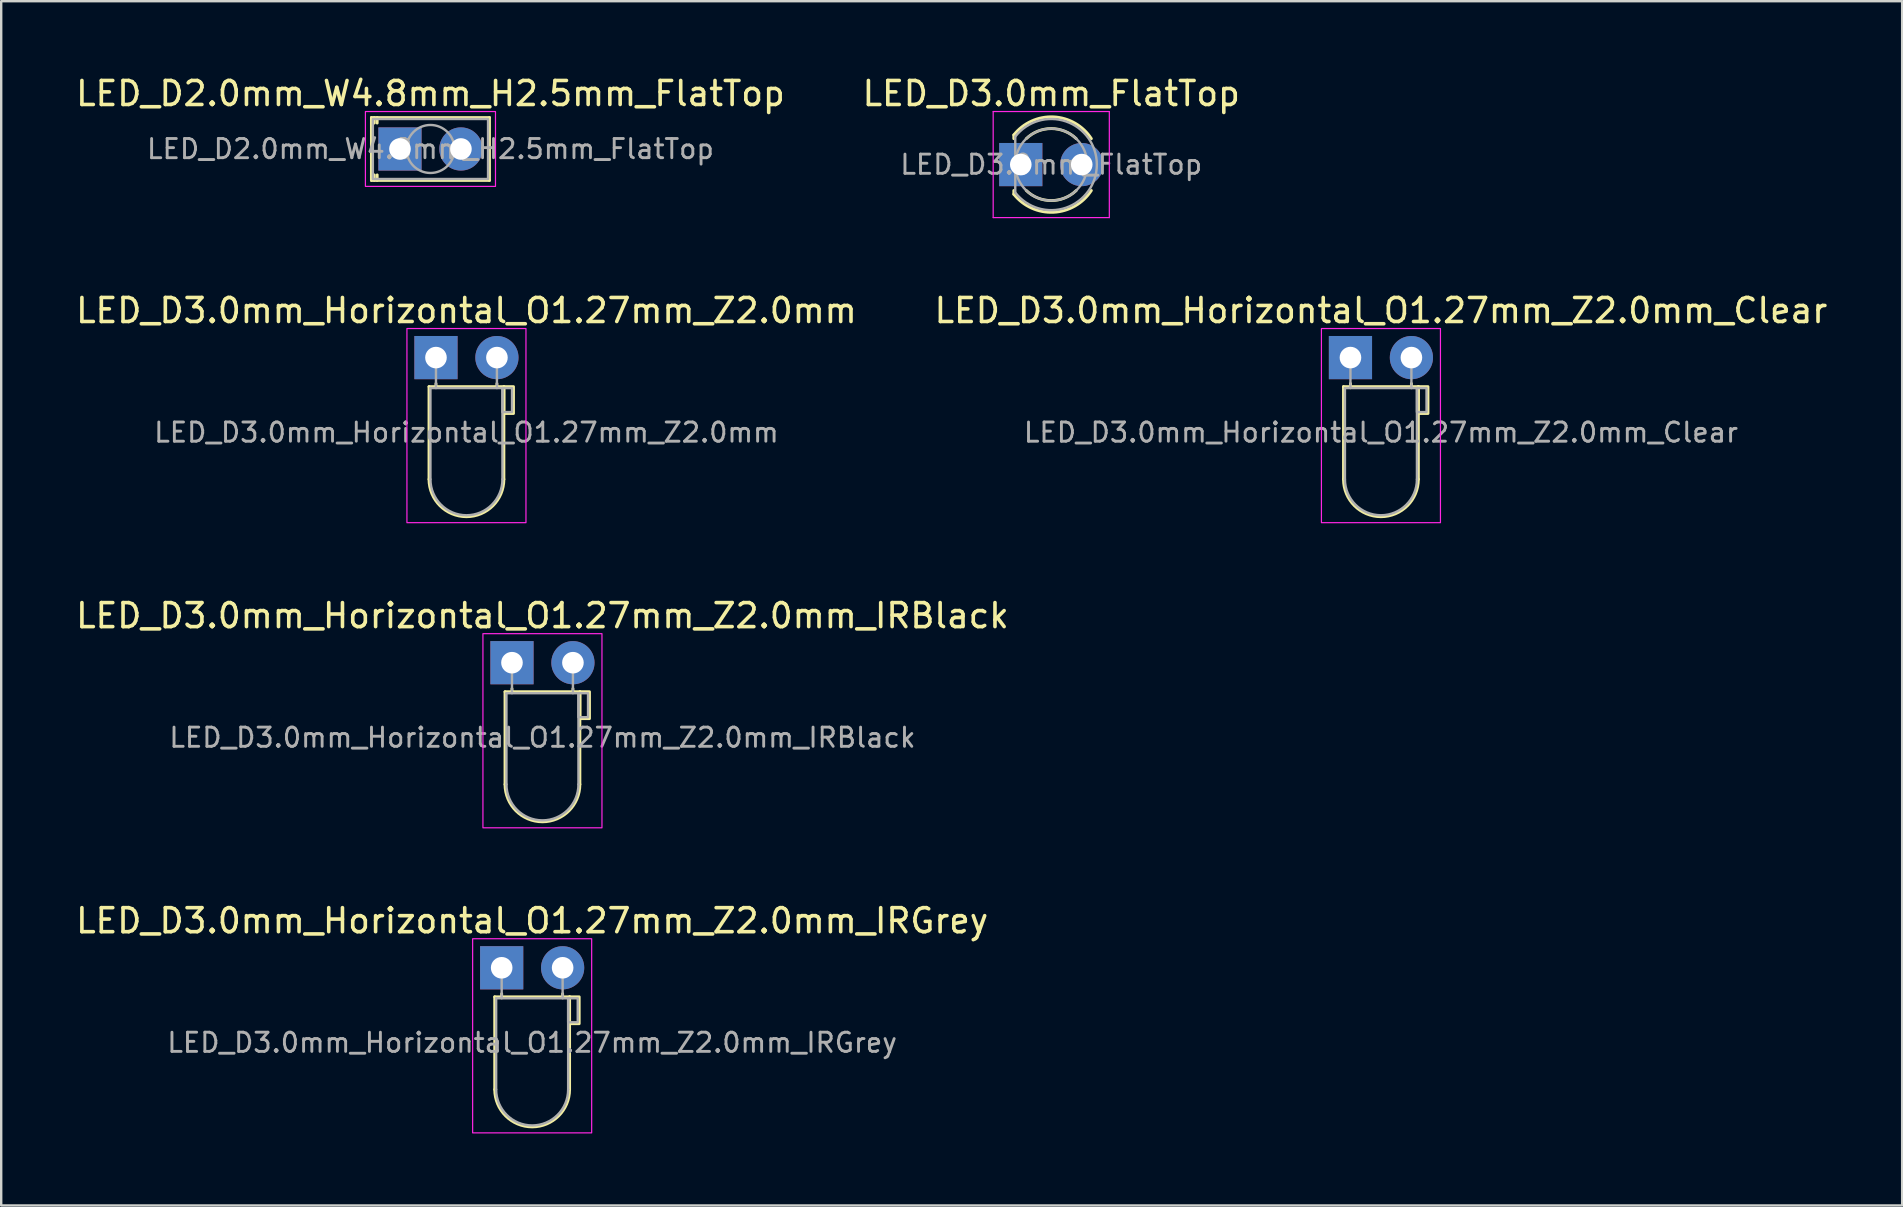
<source format=kicad_pcb>
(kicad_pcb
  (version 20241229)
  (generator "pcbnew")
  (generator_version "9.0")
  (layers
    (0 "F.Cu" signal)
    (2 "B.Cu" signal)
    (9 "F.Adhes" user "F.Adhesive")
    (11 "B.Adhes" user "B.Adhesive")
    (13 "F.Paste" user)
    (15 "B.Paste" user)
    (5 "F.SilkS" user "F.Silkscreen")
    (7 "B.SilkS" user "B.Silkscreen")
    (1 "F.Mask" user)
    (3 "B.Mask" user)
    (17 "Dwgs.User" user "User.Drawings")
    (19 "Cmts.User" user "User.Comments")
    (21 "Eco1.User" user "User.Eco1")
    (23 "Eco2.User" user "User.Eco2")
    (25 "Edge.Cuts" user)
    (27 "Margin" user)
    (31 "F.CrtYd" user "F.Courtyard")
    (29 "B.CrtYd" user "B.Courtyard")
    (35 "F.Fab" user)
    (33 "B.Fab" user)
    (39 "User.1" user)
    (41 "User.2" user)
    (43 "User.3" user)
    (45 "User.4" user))
  (footprint "LED_D2.0mm_W4.8mm_H2.5mm_FlatTop"
    (layer "F.Cu")
    (at 13.617 3.158)
    (property "Reference" "LED_D2.0mm_W4.8mm_H2.5mm_FlatTop" (at 1.27 -2.31 0) (layer "F.SilkS") (effects (font (size 1 1) (thickness 0.15))))
    (attr through_hole)
    (fp_line (start -1.19 -1.31) (end 3.73 -1.31) (stroke (width 0.12) (type solid)) (layer "F.SilkS"))
    (fp_line (start -1.19 1.31) (end -1.19 -1.31) (stroke (width 0.12) (type solid)) (layer "F.SilkS"))
    (fp_line (start -1.07 -1.31) (end -1.07 -1.08) (stroke (width 0.12) (type solid)) (layer "F.SilkS"))
    (fp_line (start -1.07 1.08) (end -1.07 1.31) (stroke (width 0.12) (type solid)) (layer "F.SilkS"))
    (fp_line (start -0.95 -1.31) (end -0.95 -1.08) (stroke (width 0.12) (type solid)) (layer "F.SilkS"))
    (fp_line (start -0.95 1.08) (end -0.95 1.31) (stroke (width 0.12) (type solid)) (layer "F.SilkS"))
    (fp_line (start 3.73 -1.31) (end 3.73 1.31) (stroke (width 0.12) (type solid)) (layer "F.SilkS"))
    (fp_line (start 3.73 1.31) (end -1.19 1.31) (stroke (width 0.12) (type solid)) (layer "F.SilkS"))
    (fp_rect (start -1.44 -1.56) (end 3.98 1.56) (stroke (width 0.05) (type solid)) (fill no) (layer "F.CrtYd"))
    (fp_rect (start -1.13 -1.25) (end 3.67 1.25) (stroke (width 0.1) (type solid)) (fill no) (layer "F.Fab"))
    (fp_circle (center 1.27 0) (end 2.27 0) (stroke (width 0.1) (type solid)) (fill no) (layer "F.Fab"))
    (fp_text user "${REFERENCE}" (at 1.27 0 0) (layer "F.Fab") (effects (font (size 0.8 0.8) (thickness 0.12))))
    (pad "1" thru_hole rect (at 0 0) (size 1.8 1.8) (drill 0.9) (layers "*.Cu" "*.Mask"))
    (pad "2" thru_hole circle (at 2.54 0) (size 1.8 1.8) (drill 0.9) (layers "*.Cu" "*.Mask")))
  (footprint "LED_D3.0mm_Horizontal_O1.27mm_Z2.0mm"
    (layer "F.Cu")
    (at 15.117 11.851)
    (property "Reference" "LED_D3.0mm_Horizontal_O1.27mm_Z2.0mm" (at 1.27 -1.96 0) (layer "F.SilkS") (effects (font (size 1 1) (thickness 0.15))))
    (attr through_hole)
    (fp_line (start -0.29 1.21) (end -0.29 5.07) (stroke (width 0.12) (type solid)) (layer "F.SilkS"))
    (fp_line (start -0.29 1.21) (end 2.83 1.21) (stroke (width 0.12) (type solid)) (layer "F.SilkS"))
    (fp_line (start 2.83 1.21) (end 2.83 5.07) (stroke (width 0.12) (type solid)) (layer "F.SilkS"))
    (fp_rect (start 0 1.08) (end 0 1.21) (stroke (width 0.12) (type solid)) (fill no) (layer "F.SilkS"))
    (fp_rect (start 2.54 1.08) (end 2.54 1.21) (stroke (width 0.12) (type solid)) (fill no) (layer "F.SilkS"))
    (fp_rect (start 2.83 1.21) (end 3.23 2.33) (stroke (width 0.12) (type solid)) (fill no) (layer "F.SilkS"))
    (fp_arc (start 2.83 5.07) (mid 1.27 6.63) (end -0.29 5.07) (stroke (width 0.12) (type solid)) (layer "F.SilkS"))
    (fp_rect (start -1.21 -1.21) (end 3.75 6.88) (stroke (width 0.05) (type solid)) (fill no) (layer "F.CrtYd"))
    (fp_line (start -0.23 1.27) (end -0.23 5.07) (stroke (width 0.1) (type solid)) (layer "F.Fab"))
    (fp_line (start -0.23 1.27) (end 2.77 1.27) (stroke (width 0.1) (type solid)) (layer "F.Fab"))
    (fp_line (start 2.77 1.27) (end 2.77 5.07) (stroke (width 0.1) (type solid)) (layer "F.Fab"))
    (fp_rect (start 0 0) (end 0 1.27) (stroke (width 0.1) (type solid)) (fill no) (layer "F.Fab"))
    (fp_rect (start 2.54 0) (end 2.54 1.27) (stroke (width 0.1) (type solid)) (fill no) (layer "F.Fab"))
    (fp_rect (start 2.77 1.27) (end 3.17 2.27) (stroke (width 0.1) (type solid)) (fill no) (layer "F.Fab"))
    (fp_arc (start 2.77 5.07) (mid 1.27 6.57) (end -0.23 5.07) (stroke (width 0.1) (type solid)) (layer "F.Fab"))
    (fp_text user "${REFERENCE}" (at 1.27 3.12 0) (layer "F.Fab") (effects (font (size 0.8 0.8) (thickness 0.12))))
    (pad "1" thru_hole rect (at 0 0) (size 1.8 1.8) (drill 0.9) (layers "*.Cu" "*.Mask"))
    (pad "2" thru_hole circle (at 2.54 0) (size 1.8 1.8) (drill 0.9) (layers "*.Cu" "*.Mask")))
  (footprint "LED_D3.0mm_Horizontal_O1.27mm_Z2.0mm_Clear"
    (layer "F.Cu")
    (at 53.224 11.851)
    (property "Reference" "LED_D3.0mm_Horizontal_O1.27mm_Z2.0mm_Clear" (at 1.27 -1.96 0) (layer "F.SilkS") (effects (font (size 1 1) (thickness 0.15))))
    (attr through_hole)
    (fp_line (start -0.29 1.21) (end -0.29 5.07) (stroke (width 0.12) (type solid)) (layer "F.SilkS"))
    (fp_line (start -0.29 1.21) (end 2.83 1.21) (stroke (width 0.12) (type solid)) (layer "F.SilkS"))
    (fp_line (start 2.83 1.21) (end 2.83 5.07) (stroke (width 0.12) (type solid)) (layer "F.SilkS"))
    (fp_rect (start 0 1.08) (end 0 1.21) (stroke (width 0.12) (type solid)) (fill no) (layer "F.SilkS"))
    (fp_rect (start 2.54 1.08) (end 2.54 1.21) (stroke (width 0.12) (type solid)) (fill no) (layer "F.SilkS"))
    (fp_rect (start 2.83 1.21) (end 3.23 2.33) (stroke (width 0.12) (type solid)) (fill no) (layer "F.SilkS"))
    (fp_arc (start 2.83 5.07) (mid 1.27 6.63) (end -0.29 5.07) (stroke (width 0.12) (type solid)) (layer "F.SilkS"))
    (fp_rect (start -1.21 -1.21) (end 3.75 6.88) (stroke (width 0.05) (type solid)) (fill no) (layer "F.CrtYd"))
    (fp_line (start -0.23 1.27) (end -0.23 5.07) (stroke (width 0.1) (type solid)) (layer "F.Fab"))
    (fp_line (start -0.23 1.27) (end 2.77 1.27) (stroke (width 0.1) (type solid)) (layer "F.Fab"))
    (fp_line (start 2.77 1.27) (end 2.77 5.07) (stroke (width 0.1) (type solid)) (layer "F.Fab"))
    (fp_rect (start 0 0) (end 0 1.27) (stroke (width 0.1) (type solid)) (fill no) (layer "F.Fab"))
    (fp_rect (start 2.54 0) (end 2.54 1.27) (stroke (width 0.1) (type solid)) (fill no) (layer "F.Fab"))
    (fp_rect (start 2.77 1.27) (end 3.17 2.27) (stroke (width 0.1) (type solid)) (fill no) (layer "F.Fab"))
    (fp_arc (start 2.77 5.07) (mid 1.27 6.57) (end -0.23 5.07) (stroke (width 0.1) (type solid)) (layer "F.Fab"))
    (fp_text user "${REFERENCE}" (at 1.27 3.12 0) (layer "F.Fab") (effects (font (size 0.8 0.8) (thickness 0.12))))
    (pad "1" thru_hole rect (at 0 0) (size 1.8 1.8) (drill 0.9) (layers "*.Cu" "*.Mask"))
    (pad "2" thru_hole circle (at 2.54 0) (size 1.8 1.8) (drill 0.9) (layers "*.Cu" "*.Mask")))
  (footprint "LED_D3.0mm_Horizontal_O1.27mm_Z2.0mm_IRGrey"
    (layer "F.Cu")
    (at 17.855 37.278)
    (property "Reference" "LED_D3.0mm_Horizontal_O1.27mm_Z2.0mm_IRGrey" (at 1.27 -1.96 0) (layer "F.SilkS") (effects (font (size 1 1) (thickness 0.15))))
    (attr through_hole)
    (fp_line (start -0.29 1.21) (end -0.29 5.07) (stroke (width 0.12) (type solid)) (layer "F.SilkS"))
    (fp_line (start -0.29 1.21) (end 2.83 1.21) (stroke (width 0.12) (type solid)) (layer "F.SilkS"))
    (fp_line (start 2.83 1.21) (end 2.83 5.07) (stroke (width 0.12) (type solid)) (layer "F.SilkS"))
    (fp_rect (start 0 1.08) (end 0 1.21) (stroke (width 0.12) (type solid)) (fill no) (layer "F.SilkS"))
    (fp_rect (start 2.54 1.08) (end 2.54 1.21) (stroke (width 0.12) (type solid)) (fill no) (layer "F.SilkS"))
    (fp_rect (start 2.83 1.21) (end 3.23 2.33) (stroke (width 0.12) (type solid)) (fill no) (layer "F.SilkS"))
    (fp_arc (start 2.83 5.07) (mid 1.27 6.63) (end -0.29 5.07) (stroke (width 0.12) (type solid)) (layer "F.SilkS"))
    (fp_rect (start -1.21 -1.21) (end 3.75 6.88) (stroke (width 0.05) (type solid)) (fill no) (layer "F.CrtYd"))
    (fp_line (start -0.23 1.27) (end -0.23 5.07) (stroke (width 0.1) (type solid)) (layer "F.Fab"))
    (fp_line (start -0.23 1.27) (end 2.77 1.27) (stroke (width 0.1) (type solid)) (layer "F.Fab"))
    (fp_line (start 2.77 1.27) (end 2.77 5.07) (stroke (width 0.1) (type solid)) (layer "F.Fab"))
    (fp_rect (start 0 0) (end 0 1.27) (stroke (width 0.1) (type solid)) (fill no) (layer "F.Fab"))
    (fp_rect (start 2.54 0) (end 2.54 1.27) (stroke (width 0.1) (type solid)) (fill no) (layer "F.Fab"))
    (fp_rect (start 2.77 1.27) (end 3.17 2.27) (stroke (width 0.1) (type solid)) (fill no) (layer "F.Fab"))
    (fp_arc (start 2.77 5.07) (mid 1.27 6.57) (end -0.23 5.07) (stroke (width 0.1) (type solid)) (layer "F.Fab"))
    (fp_text user "${REFERENCE}" (at 1.27 3.12 0) (layer "F.Fab") (effects (font (size 0.8 0.8) (thickness 0.12))))
    (pad "1" thru_hole rect (at 0 0) (size 1.8 1.8) (drill 0.9) (layers "*.Cu" "*.Mask"))
    (pad "2" thru_hole circle (at 2.54 0) (size 1.8 1.8) (drill 0.9) (layers "*.Cu" "*.Mask")))
  (footprint "LED_D3.0mm_Horizontal_O1.27mm_Z2.0mm_IRBlack"
    (layer "F.Cu")
    (at 18.284 24.565)
    (property "Reference" "LED_D3.0mm_Horizontal_O1.27mm_Z2.0mm_IRBlack" (at 1.27 -1.96 0) (layer "F.SilkS") (effects (font (size 1 1) (thickness 0.15))))
    (attr through_hole)
    (fp_line (start -0.29 1.21) (end -0.29 5.07) (stroke (width 0.12) (type solid)) (layer "F.SilkS"))
    (fp_line (start -0.29 1.21) (end 2.83 1.21) (stroke (width 0.12) (type solid)) (layer "F.SilkS"))
    (fp_line (start 2.83 1.21) (end 2.83 5.07) (stroke (width 0.12) (type solid)) (layer "F.SilkS"))
    (fp_rect (start 0 1.08) (end 0 1.21) (stroke (width 0.12) (type solid)) (fill no) (layer "F.SilkS"))
    (fp_rect (start 2.54 1.08) (end 2.54 1.21) (stroke (width 0.12) (type solid)) (fill no) (layer "F.SilkS"))
    (fp_rect (start 2.83 1.21) (end 3.23 2.33) (stroke (width 0.12) (type solid)) (fill no) (layer "F.SilkS"))
    (fp_arc (start 2.83 5.07) (mid 1.27 6.63) (end -0.29 5.07) (stroke (width 0.12) (type solid)) (layer "F.SilkS"))
    (fp_rect (start -1.21 -1.21) (end 3.75 6.88) (stroke (width 0.05) (type solid)) (fill no) (layer "F.CrtYd"))
    (fp_line (start -0.23 1.27) (end -0.23 5.07) (stroke (width 0.1) (type solid)) (layer "F.Fab"))
    (fp_line (start -0.23 1.27) (end 2.77 1.27) (stroke (width 0.1) (type solid)) (layer "F.Fab"))
    (fp_line (start 2.77 1.27) (end 2.77 5.07) (stroke (width 0.1) (type solid)) (layer "F.Fab"))
    (fp_rect (start 0 0) (end 0 1.27) (stroke (width 0.1) (type solid)) (fill no) (layer "F.Fab"))
    (fp_rect (start 2.54 0) (end 2.54 1.27) (stroke (width 0.1) (type solid)) (fill no) (layer "F.Fab"))
    (fp_rect (start 2.77 1.27) (end 3.17 2.27) (stroke (width 0.1) (type solid)) (fill no) (layer "F.Fab"))
    (fp_arc (start 2.77 5.07) (mid 1.27 6.57) (end -0.23 5.07) (stroke (width 0.1) (type solid)) (layer "F.Fab"))
    (fp_text user "${REFERENCE}" (at 1.27 3.12 0) (layer "F.Fab") (effects (font (size 0.8 0.8) (thickness 0.12))))
    (pad "1" thru_hole rect (at 0 0) (size 1.8 1.8) (drill 0.9) (layers "*.Cu" "*.Mask"))
    (pad "2" thru_hole circle (at 2.54 0) (size 1.8 1.8) (drill 0.9) (layers "*.Cu" "*.Mask")))
  (footprint "LED_D3.0mm_FlatTop"
    (layer "F.Cu")
    (at 39.486 3.808)
    (property "Reference" "LED_D3.0mm_FlatTop" (at 1.27 -2.96 0) (layer "F.SilkS") (effects (font (size 1 1) (thickness 0.15))))
    (attr through_hole)
    (fp_line (start -0.29 -1.236) (end -0.29 -1.08) (stroke (width 0.12) (type solid)) (layer "F.SilkS"))
    (fp_line (start -0.29 1.08) (end -0.29 1.236) (stroke (width 0.12) (type solid)) (layer "F.SilkS"))
    (fp_arc (start -0.29 -1.235516) (mid 1.365624 -1.987701) (end 2.941397 -1.080061) (stroke (width 0.12) (type solid)) (layer "F.SilkS"))
    (fp_arc (start 0.229039 -1.08) (mid 1.269964 -1.5) (end 2.31091 -1.080049) (stroke (width 0.12) (type solid)) (layer "F.SilkS"))
    (fp_arc (start 2.31091 1.080049) (mid 1.269964 1.5) (end 0.229039 1.08) (stroke (width 0.12) (type solid)) (layer "F.SilkS"))
    (fp_arc (start 2.941397 1.080061) (mid 1.365624 1.987701) (end -0.29 1.235516) (stroke (width 0.12) (type solid)) (layer "F.SilkS"))
    (fp_line (start -1.15 -2.21) (end -1.15 2.21) (stroke (width 0.05) (type solid)) (layer "F.CrtYd"))
    (fp_line (start -1.15 2.21) (end 3.69 2.21) (stroke (width 0.05) (type solid)) (layer "F.CrtYd"))
    (fp_line (start 3.69 -2.21) (end -1.15 -2.21) (stroke (width 0.05) (type solid)) (layer "F.CrtYd"))
    (fp_line (start 3.69 2.21) (end 3.69 -2.21) (stroke (width 0.05) (type solid)) (layer "F.CrtYd"))
    (fp_line (start -0.23 -1.166) (end -0.23 1.166) (stroke (width 0.1) (type solid)) (layer "F.Fab"))
    (fp_arc (start -0.23 -1.16619) (mid 3.17 -0.000037) (end -0.229955 1.166249) (stroke (width 0.1) (type solid)) (layer "F.Fab"))
    (fp_circle (center 1.27 0) (end 2.77 0) (stroke (width 0.1) (type solid)) (fill no) (layer "F.Fab"))
    (fp_text user "${REFERENCE}" (at 1.27 0 0) (layer "F.Fab") (effects (font (size 0.8 0.8) (thickness 0.12))))
    (pad "1" thru_hole rect (at 0 0) (size 1.8 1.8) (drill 0.9) (layers "*.Cu" "*.Mask"))
    (pad "2" thru_hole circle (at 2.54 0) (size 1.8 1.8) (drill 0.9) (layers "*.Cu" "*.Mask")))
  (gr_rect
    (start -3 -3)
    (end 76.214 47.183)
    (stroke (width 0.1) (type default))
    (fill no)
    (layer "Edge.Cuts")))
</source>
